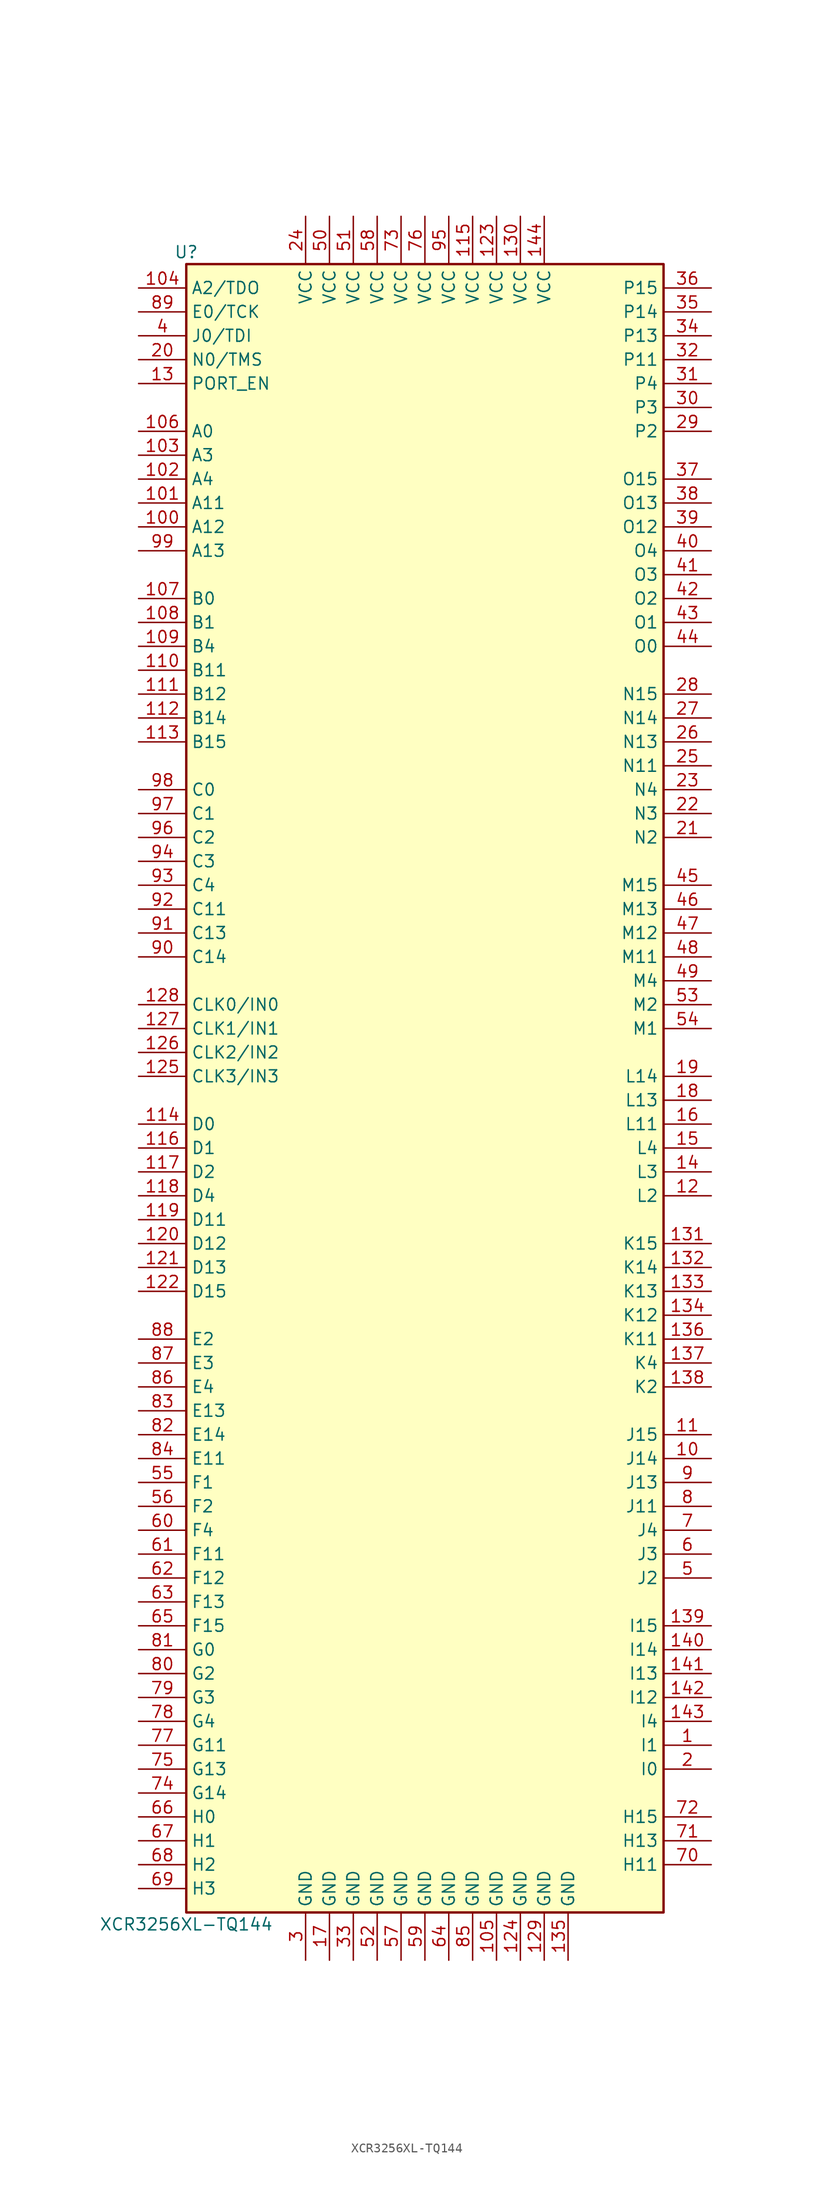
<source format=kicad_sym>
(kicad_symbol_lib
  (version 20201005)
  (generator kicad_symbol_editor)
  (symbol "XCR3256XL-TQ144"
    (property "Reference" "U"
      (at -25.4 87.63 0)
      (effects (font (size 1.27 1.27))))
    (property "Value" "XCR3256XL-TQ144"
      (at -25.4 -90.17 0)
      (effects (font (size 1.27 1.27))))
    (symbol "XCR3256XL-TQ144_1_1"
      (rectangle (start -25.4 86.36) (end 25.4 -88.9) (stroke (width 0.254)) (fill (type background)))
      (pin passive line (at 30.48 -71.12 180) (length 5.08) (name "I1" (effects (font (size 1.27 1.27)))) (number "1" (effects (font (size 1.27 1.27)))))
      (pin passive line (at 30.48 -73.66 180) (length 5.08) (name "I0" (effects (font (size 1.27 1.27)))) (number "2" (effects (font (size 1.27 1.27)))))
      (pin power_in line (at -12.7 -93.98 90) (length 5.08) (name "GND" (effects (font (size 1.27 1.27)))) (number "3" (effects (font (size 1.27 1.27)))))
      (pin passive line (at -30.48 78.74 0) (length 5.08) (name "J0/TDI" (effects (font (size 1.27 1.27)))) (number "4" (effects (font (size 1.27 1.27)))))
      (pin passive line (at 30.48 -53.34 180) (length 5.08) (name "J2" (effects (font (size 1.27 1.27)))) (number "5" (effects (font (size 1.27 1.27)))))
      (pin passive line (at 30.48 -50.8 180) (length 5.08) (name "J3" (effects (font (size 1.27 1.27)))) (number "6" (effects (font (size 1.27 1.27)))))
      (pin passive line (at 30.48 -48.26 180) (length 5.08) (name "J4" (effects (font (size 1.27 1.27)))) (number "7" (effects (font (size 1.27 1.27)))))
      (pin passive line (at 30.48 -45.72 180) (length 5.08) (name "J11" (effects (font (size 1.27 1.27)))) (number "8" (effects (font (size 1.27 1.27)))))
      (pin passive line (at 30.48 -43.18 180) (length 5.08) (name "J13" (effects (font (size 1.27 1.27)))) (number "9" (effects (font (size 1.27 1.27)))))
      (pin passive line (at 30.48 -40.64 180) (length 5.08) (name "J14" (effects (font (size 1.27 1.27)))) (number "10" (effects (font (size 1.27 1.27)))))
      (pin passive line (at -30.48 76.2 0) (length 5.08) (name "N0/TMS" (effects (font (size 1.27 1.27)))) (number "20" (effects (font (size 1.27 1.27)))))
      (pin passive line (at 30.48 71.12 180) (length 5.08) (name "P3" (effects (font (size 1.27 1.27)))) (number "30" (effects (font (size 1.27 1.27)))))
      (pin passive line (at 30.48 55.88 180) (length 5.08) (name "O4" (effects (font (size 1.27 1.27)))) (number "40" (effects (font (size 1.27 1.27)))))
      (pin power_in line (at -10.16 91.44 270) (length 5.08) (name "VCC" (effects (font (size 1.27 1.27)))) (number "50" (effects (font (size 1.27 1.27)))))
      (pin passive line (at -30.48 -48.26 0) (length 5.08) (name "F4" (effects (font (size 1.27 1.27)))) (number "60" (effects (font (size 1.27 1.27)))))
      (pin passive line (at 30.48 -83.82 180) (length 5.08) (name "H11" (effects (font (size 1.27 1.27)))) (number "70" (effects (font (size 1.27 1.27)))))
      (pin passive line (at -30.48 -63.5 0) (length 5.08) (name "G2" (effects (font (size 1.27 1.27)))) (number "80" (effects (font (size 1.27 1.27)))))
      (pin passive line (at -30.48 12.7 0) (length 5.08) (name "C14" (effects (font (size 1.27 1.27)))) (number "90" (effects (font (size 1.27 1.27)))))
      (pin passive line (at 30.48 -38.1 180) (length 5.08) (name "J15" (effects (font (size 1.27 1.27)))) (number "11" (effects (font (size 1.27 1.27)))))
      (pin passive line (at 30.48 25.4 180) (length 5.08) (name "N2" (effects (font (size 1.27 1.27)))) (number "21" (effects (font (size 1.27 1.27)))))
      (pin passive line (at 30.48 73.66 180) (length 5.08) (name "P4" (effects (font (size 1.27 1.27)))) (number "31" (effects (font (size 1.27 1.27)))))
      (pin passive line (at 30.48 53.34 180) (length 5.08) (name "O3" (effects (font (size 1.27 1.27)))) (number "41" (effects (font (size 1.27 1.27)))))
      (pin power_in line (at -7.62 91.44 270) (length 5.08) (name "VCC" (effects (font (size 1.27 1.27)))) (number "51" (effects (font (size 1.27 1.27)))))
      (pin passive line (at -30.48 -50.8 0) (length 5.08) (name "F11" (effects (font (size 1.27 1.27)))) (number "61" (effects (font (size 1.27 1.27)))))
      (pin passive line (at 30.48 -81.28 180) (length 5.08) (name "H13" (effects (font (size 1.27 1.27)))) (number "71" (effects (font (size 1.27 1.27)))))
      (pin input line (at -30.48 -60.96 0) (length 5.08) (name "G0" (effects (font (size 1.27 1.27)))) (number "81" (effects (font (size 1.27 1.27)))))
      (pin passive line (at -30.48 15.24 0) (length 5.08) (name "C13" (effects (font (size 1.27 1.27)))) (number "91" (effects (font (size 1.27 1.27)))))
      (pin passive line (at 30.48 -12.7 180) (length 5.08) (name "L2" (effects (font (size 1.27 1.27)))) (number "12" (effects (font (size 1.27 1.27)))))
      (pin passive line (at 30.48 27.94 180) (length 5.08) (name "N3" (effects (font (size 1.27 1.27)))) (number "22" (effects (font (size 1.27 1.27)))))
      (pin passive line (at 30.48 76.2 180) (length 5.08) (name "P11" (effects (font (size 1.27 1.27)))) (number "32" (effects (font (size 1.27 1.27)))))
      (pin passive line (at 30.48 50.8 180) (length 5.08) (name "O2" (effects (font (size 1.27 1.27)))) (number "42" (effects (font (size 1.27 1.27)))))
      (pin power_in line (at -5.08 -93.98 90) (length 5.08) (name "GND" (effects (font (size 1.27 1.27)))) (number "52" (effects (font (size 1.27 1.27)))))
      (pin passive line (at -30.48 -53.34 0) (length 5.08) (name "F12" (effects (font (size 1.27 1.27)))) (number "62" (effects (font (size 1.27 1.27)))))
      (pin passive line (at 30.48 -78.74 180) (length 5.08) (name "H15" (effects (font (size 1.27 1.27)))) (number "72" (effects (font (size 1.27 1.27)))))
      (pin passive line (at -30.48 -38.1 0) (length 5.08) (name "E14" (effects (font (size 1.27 1.27)))) (number "82" (effects (font (size 1.27 1.27)))))
      (pin passive line (at -30.48 17.78 0) (length 5.08) (name "C11" (effects (font (size 1.27 1.27)))) (number "92" (effects (font (size 1.27 1.27)))))
      (pin passive line (at -30.48 73.66 0) (length 5.08) (name "PORT_EN" (effects (font (size 1.27 1.27)))) (number "13" (effects (font (size 1.27 1.27)))))
      (pin passive line (at 30.48 30.48 180) (length 5.08) (name "N4" (effects (font (size 1.27 1.27)))) (number "23" (effects (font (size 1.27 1.27)))))
      (pin power_in line (at -7.62 -93.98 90) (length 5.08) (name "GND" (effects (font (size 1.27 1.27)))) (number "33" (effects (font (size 1.27 1.27)))))
      (pin passive line (at 30.48 48.26 180) (length 5.08) (name "O1" (effects (font (size 1.27 1.27)))) (number "43" (effects (font (size 1.27 1.27)))))
      (pin passive line (at 30.48 7.62 180) (length 5.08) (name "M2" (effects (font (size 1.27 1.27)))) (number "53" (effects (font (size 1.27 1.27)))))
      (pin passive line (at -30.48 -55.88 0) (length 5.08) (name "F13" (effects (font (size 1.27 1.27)))) (number "63" (effects (font (size 1.27 1.27)))))
      (pin power_in line (at -2.54 91.44 270) (length 5.08) (name "VCC" (effects (font (size 1.27 1.27)))) (number "73" (effects (font (size 1.27 1.27)))))
      (pin passive line (at -30.48 -35.56 0) (length 5.08) (name "E13" (effects (font (size 1.27 1.27)))) (number "83" (effects (font (size 1.27 1.27)))))
      (pin passive line (at -30.48 20.32 0) (length 5.08) (name "C4" (effects (font (size 1.27 1.27)))) (number "93" (effects (font (size 1.27 1.27)))))
      (pin passive line (at 30.48 -10.16 180) (length 5.08) (name "L3" (effects (font (size 1.27 1.27)))) (number "14" (effects (font (size 1.27 1.27)))))
      (pin power_in line (at -12.7 91.44 270) (length 5.08) (name "VCC" (effects (font (size 1.27 1.27)))) (number "24" (effects (font (size 1.27 1.27)))))
      (pin passive line (at 30.48 78.74 180) (length 5.08) (name "P13" (effects (font (size 1.27 1.27)))) (number "34" (effects (font (size 1.27 1.27)))))
      (pin passive line (at 30.48 45.72 180) (length 5.08) (name "O0" (effects (font (size 1.27 1.27)))) (number "44" (effects (font (size 1.27 1.27)))))
      (pin passive line (at 30.48 5.08 180) (length 5.08) (name "M1" (effects (font (size 1.27 1.27)))) (number "54" (effects (font (size 1.27 1.27)))))
      (pin power_in line (at 2.54 -93.98 90) (length 5.08) (name "GND" (effects (font (size 1.27 1.27)))) (number "64" (effects (font (size 1.27 1.27)))))
      (pin passive line (at -30.48 -76.2 0) (length 5.08) (name "G14" (effects (font (size 1.27 1.27)))) (number "74" (effects (font (size 1.27 1.27)))))
      (pin passive line (at -30.48 -40.64 0) (length 5.08) (name "E11" (effects (font (size 1.27 1.27)))) (number "84" (effects (font (size 1.27 1.27)))))
      (pin passive line (at -30.48 22.86 0) (length 5.08) (name "C3" (effects (font (size 1.27 1.27)))) (number "94" (effects (font (size 1.27 1.27)))))
      (pin passive line (at 30.48 -7.62 180) (length 5.08) (name "L4" (effects (font (size 1.27 1.27)))) (number "15" (effects (font (size 1.27 1.27)))))
      (pin passive line (at 30.48 33.02 180) (length 5.08) (name "N11" (effects (font (size 1.27 1.27)))) (number "25" (effects (font (size 1.27 1.27)))))
      (pin passive line (at 30.48 81.28 180) (length 5.08) (name "P14" (effects (font (size 1.27 1.27)))) (number "35" (effects (font (size 1.27 1.27)))))
      (pin passive line (at 30.48 20.32 180) (length 5.08) (name "M15" (effects (font (size 1.27 1.27)))) (number "45" (effects (font (size 1.27 1.27)))))
      (pin passive line (at -30.48 -43.18 0) (length 5.08) (name "F1" (effects (font (size 1.27 1.27)))) (number "55" (effects (font (size 1.27 1.27)))))
      (pin passive line (at -30.48 -58.42 0) (length 5.08) (name "F15" (effects (font (size 1.27 1.27)))) (number "65" (effects (font (size 1.27 1.27)))))
      (pin passive line (at -30.48 -73.66 0) (length 5.08) (name "G13" (effects (font (size 1.27 1.27)))) (number "75" (effects (font (size 1.27 1.27)))))
      (pin power_in line (at 5.08 -93.98 90) (length 5.08) (name "GND" (effects (font (size 1.27 1.27)))) (number "85" (effects (font (size 1.27 1.27)))))
      (pin power_in line (at 2.54 91.44 270) (length 5.08) (name "VCC" (effects (font (size 1.27 1.27)))) (number "95" (effects (font (size 1.27 1.27)))))
      (pin passive line (at 30.48 -5.08 180) (length 5.08) (name "L11" (effects (font (size 1.27 1.27)))) (number "16" (effects (font (size 1.27 1.27)))))
      (pin passive line (at 30.48 35.56 180) (length 5.08) (name "N13" (effects (font (size 1.27 1.27)))) (number "26" (effects (font (size 1.27 1.27)))))
      (pin passive line (at 30.48 83.82 180) (length 5.08) (name "P15" (effects (font (size 1.27 1.27)))) (number "36" (effects (font (size 1.27 1.27)))))
      (pin passive line (at 30.48 17.78 180) (length 5.08) (name "M13" (effects (font (size 1.27 1.27)))) (number "46" (effects (font (size 1.27 1.27)))))
      (pin passive line (at -30.48 -45.72 0) (length 5.08) (name "F2" (effects (font (size 1.27 1.27)))) (number "56" (effects (font (size 1.27 1.27)))))
      (pin passive line (at -30.48 -78.74 0) (length 5.08) (name "H0" (effects (font (size 1.27 1.27)))) (number "66" (effects (font (size 1.27 1.27)))))
      (pin power_in line (at 0 91.44 270) (length 5.08) (name "VCC" (effects (font (size 1.27 1.27)))) (number "76" (effects (font (size 1.27 1.27)))))
      (pin passive line (at -30.48 -33.02 0) (length 5.08) (name "E4" (effects (font (size 1.27 1.27)))) (number "86" (effects (font (size 1.27 1.27)))))
      (pin passive line (at -30.48 25.4 0) (length 5.08) (name "C2" (effects (font (size 1.27 1.27)))) (number "96" (effects (font (size 1.27 1.27)))))
      (pin power_in line (at -10.16 -93.98 90) (length 5.08) (name "GND" (effects (font (size 1.27 1.27)))) (number "17" (effects (font (size 1.27 1.27)))))
      (pin passive line (at 30.48 38.1 180) (length 5.08) (name "N14" (effects (font (size 1.27 1.27)))) (number "27" (effects (font (size 1.27 1.27)))))
      (pin passive line (at 30.48 63.5 180) (length 5.08) (name "O15" (effects (font (size 1.27 1.27)))) (number "37" (effects (font (size 1.27 1.27)))))
      (pin passive line (at 30.48 15.24 180) (length 5.08) (name "M12" (effects (font (size 1.27 1.27)))) (number "47" (effects (font (size 1.27 1.27)))))
      (pin power_in line (at -2.54 -93.98 90) (length 5.08) (name "GND" (effects (font (size 1.27 1.27)))) (number "57" (effects (font (size 1.27 1.27)))))
      (pin passive line (at -30.48 -81.28 0) (length 5.08) (name "H1" (effects (font (size 1.27 1.27)))) (number "67" (effects (font (size 1.27 1.27)))))
      (pin passive line (at -30.48 -71.12 0) (length 5.08) (name "G11" (effects (font (size 1.27 1.27)))) (number "77" (effects (font (size 1.27 1.27)))))
      (pin passive line (at -30.48 -30.48 0) (length 5.08) (name "E3" (effects (font (size 1.27 1.27)))) (number "87" (effects (font (size 1.27 1.27)))))
      (pin passive line (at -30.48 27.94 0) (length 5.08) (name "C1" (effects (font (size 1.27 1.27)))) (number "97" (effects (font (size 1.27 1.27)))))
      (pin passive line (at 30.48 -2.54 180) (length 5.08) (name "L13" (effects (font (size 1.27 1.27)))) (number "18" (effects (font (size 1.27 1.27)))))
      (pin passive line (at 30.48 40.64 180) (length 5.08) (name "N15" (effects (font (size 1.27 1.27)))) (number "28" (effects (font (size 1.27 1.27)))))
      (pin passive line (at 30.48 60.96 180) (length 5.08) (name "O13" (effects (font (size 1.27 1.27)))) (number "38" (effects (font (size 1.27 1.27)))))
      (pin passive line (at 30.48 12.7 180) (length 5.08) (name "M11" (effects (font (size 1.27 1.27)))) (number "48" (effects (font (size 1.27 1.27)))))
      (pin power_in line (at -5.08 91.44 270) (length 5.08) (name "VCC" (effects (font (size 1.27 1.27)))) (number "58" (effects (font (size 1.27 1.27)))))
      (pin passive line (at -30.48 -83.82 0) (length 5.08) (name "H2" (effects (font (size 1.27 1.27)))) (number "68" (effects (font (size 1.27 1.27)))))
      (pin passive line (at -30.48 -68.58 0) (length 5.08) (name "G4" (effects (font (size 1.27 1.27)))) (number "78" (effects (font (size 1.27 1.27)))))
      (pin passive line (at -30.48 -27.94 0) (length 5.08) (name "E2" (effects (font (size 1.27 1.27)))) (number "88" (effects (font (size 1.27 1.27)))))
      (pin passive line (at -30.48 30.48 0) (length 5.08) (name "C0" (effects (font (size 1.27 1.27)))) (number "98" (effects (font (size 1.27 1.27)))))
      (pin passive line (at 30.48 0 180) (length 5.08) (name "L14" (effects (font (size 1.27 1.27)))) (number "19" (effects (font (size 1.27 1.27)))))
      (pin passive line (at 30.48 68.58 180) (length 5.08) (name "P2" (effects (font (size 1.27 1.27)))) (number "29" (effects (font (size 1.27 1.27)))))
      (pin passive line (at 30.48 58.42 180) (length 5.08) (name "O12" (effects (font (size 1.27 1.27)))) (number "39" (effects (font (size 1.27 1.27)))))
      (pin passive line (at 30.48 10.16 180) (length 5.08) (name "M4" (effects (font (size 1.27 1.27)))) (number "49" (effects (font (size 1.27 1.27)))))
      (pin power_in line (at 0 -93.98 90) (length 5.08) (name "GND" (effects (font (size 1.27 1.27)))) (number "59" (effects (font (size 1.27 1.27)))))
      (pin passive line (at -30.48 -86.36 0) (length 5.08) (name "H3" (effects (font (size 1.27 1.27)))) (number "69" (effects (font (size 1.27 1.27)))))
      (pin passive line (at -30.48 -66.04 0) (length 5.08) (name "G3" (effects (font (size 1.27 1.27)))) (number "79" (effects (font (size 1.27 1.27)))))
      (pin passive line (at -30.48 81.28 0) (length 5.08) (name "E0/TCK" (effects (font (size 1.27 1.27)))) (number "89" (effects (font (size 1.27 1.27)))))
      (pin passive line (at -30.48 55.88 0) (length 5.08) (name "A13" (effects (font (size 1.27 1.27)))) (number "99" (effects (font (size 1.27 1.27)))))
      (pin passive line (at -30.48 58.42 0) (length 5.08) (name "A12" (effects (font (size 1.27 1.27)))) (number "100" (effects (font (size 1.27 1.27)))))
      (pin passive line (at -30.48 43.18 0) (length 5.08) (name "B11" (effects (font (size 1.27 1.27)))) (number "110" (effects (font (size 1.27 1.27)))))
      (pin passive line (at -30.48 -17.78 0) (length 5.08) (name "D12" (effects (font (size 1.27 1.27)))) (number "120" (effects (font (size 1.27 1.27)))))
      (pin power_in line (at 10.16 91.44 270) (length 5.08) (name "VCC" (effects (font (size 1.27 1.27)))) (number "130" (effects (font (size 1.27 1.27)))))
      (pin passive line (at 30.48 -60.96 180) (length 5.08) (name "I14" (effects (font (size 1.27 1.27)))) (number "140" (effects (font (size 1.27 1.27)))))
      (pin passive line (at -30.48 60.96 0) (length 5.08) (name "A11" (effects (font (size 1.27 1.27)))) (number "101" (effects (font (size 1.27 1.27)))))
      (pin passive line (at -30.48 40.64 0) (length 5.08) (name "B12" (effects (font (size 1.27 1.27)))) (number "111" (effects (font (size 1.27 1.27)))))
      (pin passive line (at -30.48 -20.32 0) (length 5.08) (name "D13" (effects (font (size 1.27 1.27)))) (number "121" (effects (font (size 1.27 1.27)))))
      (pin passive line (at 30.48 -17.78 180) (length 5.08) (name "K15" (effects (font (size 1.27 1.27)))) (number "131" (effects (font (size 1.27 1.27)))))
      (pin passive line (at 30.48 -63.5 180) (length 5.08) (name "I13" (effects (font (size 1.27 1.27)))) (number "141" (effects (font (size 1.27 1.27)))))
      (pin passive line (at -30.48 63.5 0) (length 5.08) (name "A4" (effects (font (size 1.27 1.27)))) (number "102" (effects (font (size 1.27 1.27)))))
      (pin passive line (at -30.48 38.1 0) (length 5.08) (name "B14" (effects (font (size 1.27 1.27)))) (number "112" (effects (font (size 1.27 1.27)))))
      (pin passive line (at -30.48 -22.86 0) (length 5.08) (name "D15" (effects (font (size 1.27 1.27)))) (number "122" (effects (font (size 1.27 1.27)))))
      (pin passive line (at 30.48 -20.32 180) (length 5.08) (name "K14" (effects (font (size 1.27 1.27)))) (number "132" (effects (font (size 1.27 1.27)))))
      (pin passive line (at 30.48 -66.04 180) (length 5.08) (name "I12" (effects (font (size 1.27 1.27)))) (number "142" (effects (font (size 1.27 1.27)))))
      (pin passive line (at -30.48 66.04 0) (length 5.08) (name "A3" (effects (font (size 1.27 1.27)))) (number "103" (effects (font (size 1.27 1.27)))))
      (pin passive line (at -30.48 35.56 0) (length 5.08) (name "B15" (effects (font (size 1.27 1.27)))) (number "113" (effects (font (size 1.27 1.27)))))
      (pin power_in line (at 7.62 91.44 270) (length 5.08) (name "VCC" (effects (font (size 1.27 1.27)))) (number "123" (effects (font (size 1.27 1.27)))))
      (pin passive line (at 30.48 -22.86 180) (length 5.08) (name "K13" (effects (font (size 1.27 1.27)))) (number "133" (effects (font (size 1.27 1.27)))))
      (pin passive line (at 30.48 -68.58 180) (length 5.08) (name "I4" (effects (font (size 1.27 1.27)))) (number "143" (effects (font (size 1.27 1.27)))))
      (pin passive line (at -30.48 83.82 0) (length 5.08) (name "A2/TDO" (effects (font (size 1.27 1.27)))) (number "104" (effects (font (size 1.27 1.27)))))
      (pin passive line (at -30.48 -5.08 0) (length 5.08) (name "D0" (effects (font (size 1.27 1.27)))) (number "114" (effects (font (size 1.27 1.27)))))
      (pin power_in line (at 10.16 -93.98 90) (length 5.08) (name "GND" (effects (font (size 1.27 1.27)))) (number "124" (effects (font (size 1.27 1.27)))))
      (pin passive line (at 30.48 -25.4 180) (length 5.08) (name "K12" (effects (font (size 1.27 1.27)))) (number "134" (effects (font (size 1.27 1.27)))))
      (pin power_in line (at 12.7 91.44 270) (length 5.08) (name "VCC" (effects (font (size 1.27 1.27)))) (number "144" (effects (font (size 1.27 1.27)))))
      (pin power_in line (at 7.62 -93.98 90) (length 5.08) (name "GND" (effects (font (size 1.27 1.27)))) (number "105" (effects (font (size 1.27 1.27)))))
      (pin power_in line (at 5.08 91.44 270) (length 5.08) (name "VCC" (effects (font (size 1.27 1.27)))) (number "115" (effects (font (size 1.27 1.27)))))
      (pin input line (at -30.48 0 0) (length 5.08) (name "CLK3/IN3" (effects (font (size 1.27 1.27)))) (number "125" (effects (font (size 1.27 1.27)))))
      (pin power_in line (at 15.24 -93.98 90) (length 5.08) (name "GND" (effects (font (size 1.27 1.27)))) (number "135" (effects (font (size 1.27 1.27)))))
      (pin passive line (at -30.48 68.58 0) (length 5.08) (name "A0" (effects (font (size 1.27 1.27)))) (number "106" (effects (font (size 1.27 1.27)))))
      (pin passive line (at -30.48 -7.62 0) (length 5.08) (name "D1" (effects (font (size 1.27 1.27)))) (number "116" (effects (font (size 1.27 1.27)))))
      (pin input line (at -30.48 2.54 0) (length 5.08) (name "CLK2/IN2" (effects (font (size 1.27 1.27)))) (number "126" (effects (font (size 1.27 1.27)))))
      (pin passive line (at 30.48 -27.94 180) (length 5.08) (name "K11" (effects (font (size 1.27 1.27)))) (number "136" (effects (font (size 1.27 1.27)))))
      (pin passive line (at -30.48 50.8 0) (length 5.08) (name "B0" (effects (font (size 1.27 1.27)))) (number "107" (effects (font (size 1.27 1.27)))))
      (pin passive line (at -30.48 -10.16 0) (length 5.08) (name "D2" (effects (font (size 1.27 1.27)))) (number "117" (effects (font (size 1.27 1.27)))))
      (pin input line (at -30.48 5.08 0) (length 5.08) (name "CLK1/IN1" (effects (font (size 1.27 1.27)))) (number "127" (effects (font (size 1.27 1.27)))))
      (pin passive line (at 30.48 -30.48 180) (length 5.08) (name "K4" (effects (font (size 1.27 1.27)))) (number "137" (effects (font (size 1.27 1.27)))))
      (pin passive line (at -30.48 48.26 0) (length 5.08) (name "B1" (effects (font (size 1.27 1.27)))) (number "108" (effects (font (size 1.27 1.27)))))
      (pin passive line (at -30.48 -12.7 0) (length 5.08) (name "D4" (effects (font (size 1.27 1.27)))) (number "118" (effects (font (size 1.27 1.27)))))
      (pin input line (at -30.48 7.62 0) (length 5.08) (name "CLK0/IN0" (effects (font (size 1.27 1.27)))) (number "128" (effects (font (size 1.27 1.27)))))
      (pin passive line (at 30.48 -33.02 180) (length 5.08) (name "K2" (effects (font (size 1.27 1.27)))) (number "138" (effects (font (size 1.27 1.27)))))
      (pin passive line (at -30.48 45.72 0) (length 5.08) (name "B4" (effects (font (size 1.27 1.27)))) (number "109" (effects (font (size 1.27 1.27)))))
      (pin passive line (at -30.48 -15.24 0) (length 5.08) (name "D11" (effects (font (size 1.27 1.27)))) (number "119" (effects (font (size 1.27 1.27)))))
      (pin power_in line (at 12.7 -93.98 90) (length 5.08) (name "GND" (effects (font (size 1.27 1.27)))) (number "129" (effects (font (size 1.27 1.27)))))
      (pin passive line (at 30.48 -58.42 180) (length 5.08) (name "I15" (effects (font (size 1.27 1.27)))) (number "139" (effects (font (size 1.27 1.27))))))))
</source>
